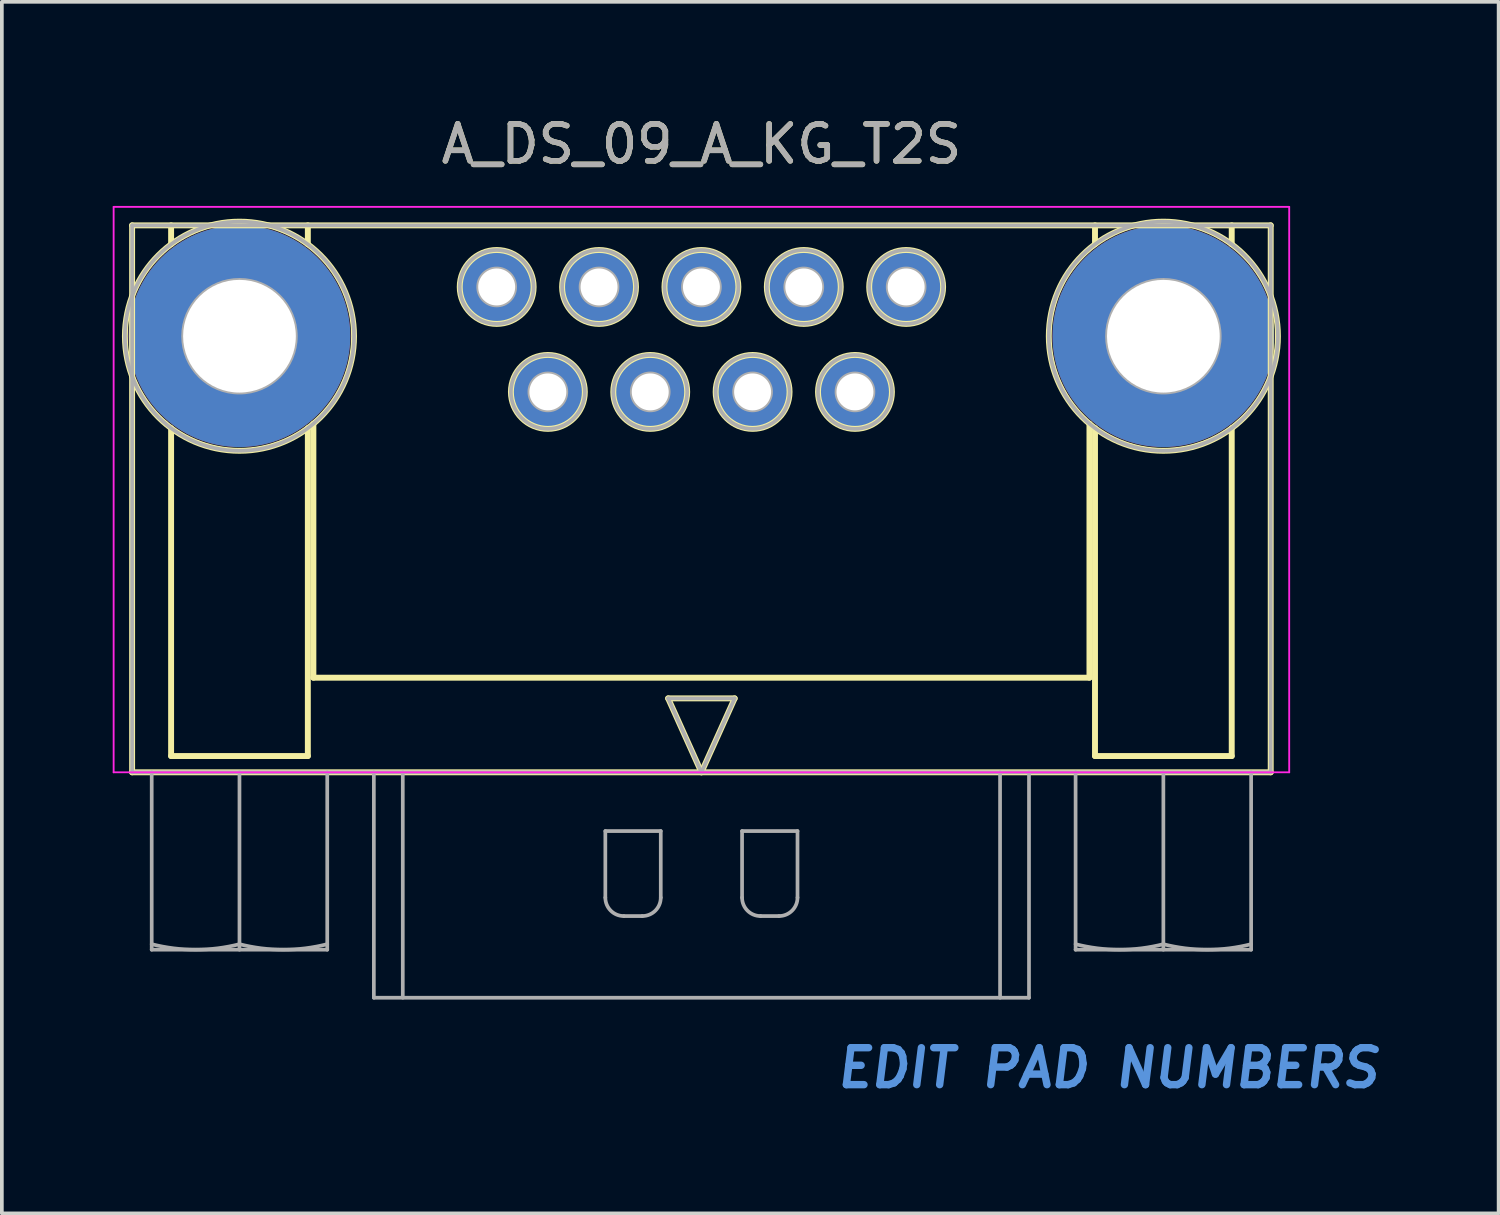
<source format=kicad_pcb>
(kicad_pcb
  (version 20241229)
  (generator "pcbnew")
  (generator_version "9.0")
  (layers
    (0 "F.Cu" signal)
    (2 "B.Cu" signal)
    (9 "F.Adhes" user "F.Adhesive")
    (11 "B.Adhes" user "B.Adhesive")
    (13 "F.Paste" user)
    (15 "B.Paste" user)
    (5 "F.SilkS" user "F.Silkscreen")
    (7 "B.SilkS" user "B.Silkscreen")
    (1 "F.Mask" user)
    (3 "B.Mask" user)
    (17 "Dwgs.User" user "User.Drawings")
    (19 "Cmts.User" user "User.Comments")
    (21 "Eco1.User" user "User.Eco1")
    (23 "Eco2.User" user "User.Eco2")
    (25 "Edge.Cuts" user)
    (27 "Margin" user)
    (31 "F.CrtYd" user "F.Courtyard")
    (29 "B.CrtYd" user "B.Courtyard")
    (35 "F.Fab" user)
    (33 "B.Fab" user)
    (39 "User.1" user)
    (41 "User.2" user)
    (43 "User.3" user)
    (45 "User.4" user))
  (footprint "A_DS_09_A_KG_T2S"
    (layer "F.Cu")
    (at 15.93 17.848)
    (property "Reference" "A_DS_09_A_KG_T2S" (at 0 -17 0) (layer "F.SilkS") (effects (font (size 1 1) (thickness 0.15))))
    (attr through_hole)
    (fp_line (start -15.405 -14.8) (end 15.405 -14.8) (stroke (width 0.16) (type solid)) (layer "F.SilkS"))
    (fp_line (start -15.405 0) (end -15.405 -14.8) (stroke (width 0.16) (type solid)) (layer "F.SilkS"))
    (fp_line (start -14.35 -14.8) (end -14.35 -14.287) (stroke (width 0.16) (type solid)) (layer "F.SilkS"))
    (fp_line (start -14.35 -0.44) (end -14.35 -9.313) (stroke (width 0.16) (type solid)) (layer "F.SilkS"))
    (fp_line (start -10.65 -14.8) (end -10.65 -14.287) (stroke (width 0.16) (type solid)) (layer "F.SilkS"))
    (fp_line (start -10.65 -9.313) (end -10.65 -0.44) (stroke (width 0.16) (type solid)) (layer "F.SilkS"))
    (fp_line (start -10.65 -0.44) (end -14.35 -0.44) (stroke (width 0.16) (type solid)) (layer "F.SilkS"))
    (fp_line (start -10.5 -9.431) (end -10.5 -2.56) (stroke (width 0.16) (type solid)) (layer "F.SilkS"))
    (fp_line (start -10.5 -2.56) (end 10.5 -2.56) (stroke (width 0.16) (type solid)) (layer "F.SilkS"))
    (fp_line (start -0.9 -2) (end 0 0) (stroke (width 0.16) (type solid)) (layer "F.SilkS"))
    (fp_line (start 0 0) (end 0.9 -2) (stroke (width 0.16) (type solid)) (layer "F.SilkS"))
    (fp_line (start 0.9 -2) (end -0.9 -2) (stroke (width 0.16) (type solid)) (layer "F.SilkS"))
    (fp_line (start 10.5 -2.56) (end 10.5 -9.431) (stroke (width 0.16) (type solid)) (layer "F.SilkS"))
    (fp_line (start 10.65 -14.8) (end 10.65 -14.287) (stroke (width 0.16) (type solid)) (layer "F.SilkS"))
    (fp_line (start 10.65 -9.313) (end 10.65 -0.44) (stroke (width 0.16) (type solid)) (layer "F.SilkS"))
    (fp_line (start 10.65 -0.44) (end 14.35 -0.44) (stroke (width 0.16) (type solid)) (layer "F.SilkS"))
    (fp_line (start 14.35 -14.8) (end 14.35 -14.287) (stroke (width 0.16) (type solid)) (layer "F.SilkS"))
    (fp_line (start 14.35 -0.44) (end 14.35 -9.313) (stroke (width 0.16) (type solid)) (layer "F.SilkS"))
    (fp_line (start 15.405 -14.8) (end 15.405 0) (stroke (width 0.16) (type solid)) (layer "F.SilkS"))
    (fp_line (start 15.405 0) (end -15.405 0) (stroke (width 0.16) (type solid)) (layer "F.SilkS"))
    (fp_circle (center -12.5 -11.8) (end -15.6 -11.8) (stroke (width 0.16) (type solid)) (fill no) (layer "F.SilkS"))
    (fp_circle (center -5.54 -13.133) (end -6.54 -13.133) (stroke (width 0.16) (type solid)) (fill no) (layer "F.SilkS"))
    (fp_circle (center -4.155 -10.293) (end -5.155 -10.293) (stroke (width 0.16) (type solid)) (fill no) (layer "F.SilkS"))
    (fp_circle (center -2.77 -13.133) (end -3.77 -13.133) (stroke (width 0.16) (type solid)) (fill no) (layer "F.SilkS"))
    (fp_circle (center -1.385 -10.293) (end -2.385 -10.293) (stroke (width 0.16) (type solid)) (fill no) (layer "F.SilkS"))
    (fp_circle (center 0.000003 -13.133) (end -1 -13.133) (stroke (width 0.16) (type solid)) (fill no) (layer "F.SilkS"))
    (fp_circle (center 1.385 -10.293) (end 0.385 -10.293) (stroke (width 0.16) (type solid)) (fill no) (layer "F.SilkS"))
    (fp_circle (center 2.77 -13.133) (end 1.77 -13.133) (stroke (width 0.16) (type solid)) (fill no) (layer "F.SilkS"))
    (fp_circle (center 4.155 -10.293) (end 3.155 -10.293) (stroke (width 0.16) (type solid)) (fill no) (layer "F.SilkS"))
    (fp_circle (center 5.54 -13.133) (end 4.54 -13.133) (stroke (width 0.16) (type solid)) (fill no) (layer "F.SilkS"))
    (fp_circle (center 12.5 -11.8) (end 9.4 -11.8) (stroke (width 0.16) (type solid)) (fill no) (layer "F.SilkS"))
    (fp_line (start -15.905 -15.3) (end -15.905 0) (stroke (width 0.05) (type solid)) (layer "F.CrtYd"))
    (fp_line (start -15.905 0) (end 15.905 0) (stroke (width 0.05) (type solid)) (layer "F.CrtYd"))
    (fp_line (start 15.905 -15.3) (end -15.905 -15.3) (stroke (width 0.05) (type solid)) (layer "F.CrtYd"))
    (fp_line (start 15.905 0) (end 15.905 -15.3) (stroke (width 0.05) (type solid)) (layer "F.CrtYd"))
    (fp_line (start -15.405 -14.8) (end 15.405 -14.8) (stroke (width 0.1) (type solid)) (layer "F.Fab"))
    (fp_line (start -15.405 0) (end -15.405 -14.8) (stroke (width 0.1) (type solid)) (layer "F.Fab"))
    (fp_line (start -14.875 4.8) (end -14.875 0) (stroke (width 0.1) (type solid)) (layer "F.Fab"))
    (fp_line (start -14.875 4.8) (end -10.125 4.8) (stroke (width 0.1) (type solid)) (layer "F.Fab"))
    (fp_line (start -12.5 4.8) (end -12.5 0) (stroke (width 0.1) (type solid)) (layer "F.Fab"))
    (fp_line (start -10.125 4.8) (end -10.125 0) (stroke (width 0.1) (type solid)) (layer "F.Fab"))
    (fp_line (start -8.864 6.1) (end -8.864 0) (stroke (width 0.1) (type solid)) (layer "F.Fab"))
    (fp_line (start -8.864 6.1) (end 8.864 6.1) (stroke (width 0.1) (type solid)) (layer "F.Fab"))
    (fp_line (start -8.081 6.1) (end -8.081 0) (stroke (width 0.1) (type solid)) (layer "F.Fab"))
    (fp_line (start -2.6 1.59) (end -1.1 1.59) (stroke (width 0.1) (type solid)) (layer "F.Fab"))
    (fp_line (start -2.6 3.39) (end -2.6 1.59) (stroke (width 0.1) (type solid)) (layer "F.Fab"))
    (fp_line (start -1.6 3.89) (end -2.1 3.89) (stroke (width 0.1) (type solid)) (layer "F.Fab"))
    (fp_line (start -1.1 1.59) (end -1.1 3.39) (stroke (width 0.1) (type solid)) (layer "F.Fab"))
    (fp_line (start -0.9 -2) (end 0 0) (stroke (width 0.1) (type solid)) (layer "F.Fab"))
    (fp_line (start 0 0) (end 0.9 -2) (stroke (width 0.1) (type solid)) (layer "F.Fab"))
    (fp_line (start 0.9 -2) (end -0.9 -2) (stroke (width 0.1) (type solid)) (layer "F.Fab"))
    (fp_line (start 1.1 1.59) (end 2.6 1.59) (stroke (width 0.1) (type solid)) (layer "F.Fab"))
    (fp_line (start 1.1 3.39) (end 1.1 1.59) (stroke (width 0.1) (type solid)) (layer "F.Fab"))
    (fp_line (start 2.1 3.89) (end 1.6 3.89) (stroke (width 0.1) (type solid)) (layer "F.Fab"))
    (fp_line (start 2.6 1.59) (end 2.6 3.39) (stroke (width 0.1) (type solid)) (layer "F.Fab"))
    (fp_line (start 8.081 6.1) (end 8.081 0) (stroke (width 0.1) (type solid)) (layer "F.Fab"))
    (fp_line (start 8.864 6.1) (end 8.864 0) (stroke (width 0.1) (type solid)) (layer "F.Fab"))
    (fp_line (start 10.125 4.8) (end 10.125 0) (stroke (width 0.1) (type solid)) (layer "F.Fab"))
    (fp_line (start 10.125 4.8) (end 14.875 4.8) (stroke (width 0.1) (type solid)) (layer "F.Fab"))
    (fp_line (start 12.5 4.8) (end 12.5 0) (stroke (width 0.1) (type solid)) (layer "F.Fab"))
    (fp_line (start 14.875 4.8) (end 14.875 0) (stroke (width 0.1) (type solid)) (layer "F.Fab"))
    (fp_line (start 15.405 -14.8) (end 15.405 0) (stroke (width 0.1) (type solid)) (layer "F.Fab"))
    (fp_line (start 15.405 0) (end -15.405 0) (stroke (width 0.1) (type solid)) (layer "F.Fab"))
    (fp_arc (start -12.5 4.650789) (mid -13.6875 4.799999) (end -14.875 4.650789) (stroke (width 0.1) (type solid)) (layer "F.Fab"))
    (fp_arc (start -10.125 4.650789) (mid -11.3125 4.799999) (end -12.499999 4.650789) (stroke (width 0.1) (type solid)) (layer "F.Fab"))
    (fp_arc (start -2.099999 3.890001) (mid -2.453552 3.743554) (end -2.599999 3.390001) (stroke (width 0.1) (type solid)) (layer "F.Fab"))
    (fp_arc (start -1.099998 3.390001) (mid -1.246445 3.743554) (end -1.599998 3.890001) (stroke (width 0.1) (type solid)) (layer "F.Fab"))
    (fp_arc (start 1.600001 3.890001) (mid 1.246448 3.743554) (end 1.100001 3.390001) (stroke (width 0.1) (type solid)) (layer "F.Fab"))
    (fp_arc (start 2.600002 3.390001) (mid 2.453555 3.743554) (end 2.100002 3.890001) (stroke (width 0.1) (type solid)) (layer "F.Fab"))
    (fp_arc (start 12.5 4.650789) (mid 11.3125 4.799999) (end 10.125 4.650789) (stroke (width 0.1) (type solid)) (layer "F.Fab"))
    (fp_arc (start 14.875 4.650789) (mid 13.6875 4.799999) (end 12.500001 4.650789) (stroke (width 0.1) (type solid)) (layer "F.Fab"))
    (fp_circle (center -12.5 -11.8) (end -15.6 -11.8) (stroke (width 0.1) (type solid)) (fill no) (layer "F.Fab"))
    (fp_circle (center -12.5 -11.8) (end -14.025 -11.8) (stroke (width 0.1) (type solid)) (fill no) (layer "F.Fab"))
    (fp_circle (center -5.54 -13.133) (end -6.54 -13.133) (stroke (width 0.1) (type solid)) (fill no) (layer "F.Fab"))
    (fp_circle (center -5.54 -13.133) (end -6.04 -13.133) (stroke (width 0.1) (type solid)) (fill no) (layer "F.Fab"))
    (fp_circle (center -4.155 -10.293) (end -5.155 -10.293) (stroke (width 0.1) (type solid)) (fill no) (layer "F.Fab"))
    (fp_circle (center -4.155 -10.293) (end -4.655 -10.293) (stroke (width 0.1) (type solid)) (fill no) (layer "F.Fab"))
    (fp_circle (center -2.77 -13.133) (end -3.77 -13.133) (stroke (width 0.1) (type solid)) (fill no) (layer "F.Fab"))
    (fp_circle (center -2.77 -13.133) (end -3.27 -13.133) (stroke (width 0.1) (type solid)) (fill no) (layer "F.Fab"))
    (fp_circle (center -1.385 -10.293) (end -2.385 -10.293) (stroke (width 0.1) (type solid)) (fill no) (layer "F.Fab"))
    (fp_circle (center -1.385 -10.293) (end -1.885 -10.293) (stroke (width 0.1) (type solid)) (fill no) (layer "F.Fab"))
    (fp_circle (center 0.000003 -13.133) (end -1 -13.133) (stroke (width 0.1) (type solid)) (fill no) (layer "F.Fab"))
    (fp_circle (center 0.000003 -13.133) (end -0.5 -13.133) (stroke (width 0.1) (type solid)) (fill no) (layer "F.Fab"))
    (fp_circle (center 1.385 -10.293) (end 0.385 -10.293) (stroke (width 0.1) (type solid)) (fill no) (layer "F.Fab"))
    (fp_circle (center 1.385 -10.293) (end 0.885 -10.293) (stroke (width 0.1) (type solid)) (fill no) (layer "F.Fab"))
    (fp_circle (center 2.77 -13.133) (end 1.77 -13.133) (stroke (width 0.1) (type solid)) (fill no) (layer "F.Fab"))
    (fp_circle (center 2.77 -13.133) (end 2.27 -13.133) (stroke (width 0.1) (type solid)) (fill no) (layer "F.Fab"))
    (fp_circle (center 4.155 -10.293) (end 3.155 -10.293) (stroke (width 0.1) (type solid)) (fill no) (layer "F.Fab"))
    (fp_circle (center 4.155 -10.293) (end 3.655 -10.293) (stroke (width 0.1) (type solid)) (fill no) (layer "F.Fab"))
    (fp_circle (center 5.54 -13.133) (end 4.54 -13.133) (stroke (width 0.1) (type solid)) (fill no) (layer "F.Fab"))
    (fp_circle (center 5.54 -13.133) (end 5.04 -13.133) (stroke (width 0.1) (type solid)) (fill no) (layer "F.Fab"))
    (fp_circle (center 12.5 -11.8) (end 9.4 -11.8) (stroke (width 0.1) (type solid)) (fill no) (layer "F.Fab"))
    (fp_circle (center 12.5 -11.8) (end 10.975 -11.8) (stroke (width 0.1) (type solid)) (fill no) (layer "F.Fab"))
    (fp_text user "EDIT PAD NUMBERS" (at 11 8 0) (layer "Cmts.User") (effects (font (size 1 1) (thickness 0.2) (italic yes))))
    (fp_text user "${REFERENCE}" (at 0 -17 0) (layer "F.Fab") (effects (font (size 1 1) (thickness 0.15))))
    (pad "#" thru_hole circle (at -12.5 -11.8) (size 6 6) (drill 3.05) (layers "*.Cu" "*.Mask"))
    (pad "#" thru_hole circle (at -5.54 -13.133) (size 2 2) (drill 1) (layers "*.Cu" "*.Mask"))
    (pad "#" thru_hole circle (at -4.155 -10.293) (size 2 2) (drill 1) (layers "*.Cu" "*.Mask"))
    (pad "#" thru_hole circle (at -2.77 -13.133) (size 2 2) (drill 1) (layers "*.Cu" "*.Mask"))
    (pad "#" thru_hole circle (at -1.385 -10.293) (size 2 2) (drill 1) (layers "*.Cu" "*.Mask"))
    (pad "#" thru_hole circle (at 0 -13.133) (size 2 2) (drill 1) (layers "*.Cu" "*.Mask"))
    (pad "#" thru_hole circle (at 1.385 -10.293) (size 2 2) (drill 1) (layers "*.Cu" "*.Mask"))
    (pad "#" thru_hole circle (at 2.77 -13.133) (size 2 2) (drill 1) (layers "*.Cu" "*.Mask"))
    (pad "#" thru_hole circle (at 4.155 -10.293) (size 2 2) (drill 1) (layers "*.Cu" "*.Mask"))
    (pad "#" thru_hole circle (at 5.54 -13.133) (size 2 2) (drill 1) (layers "*.Cu" "*.Mask"))
    (pad "#" thru_hole circle (at 12.5 -11.8) (size 6 6) (drill 3.05) (layers "*.Cu" "*.Mask")))
  (gr_rect
    (start -3 -3)
    (end 37.502 29.784)
    (stroke (width 0.1) (type default))
    (fill no)
    (layer "Edge.Cuts")))
</source>
